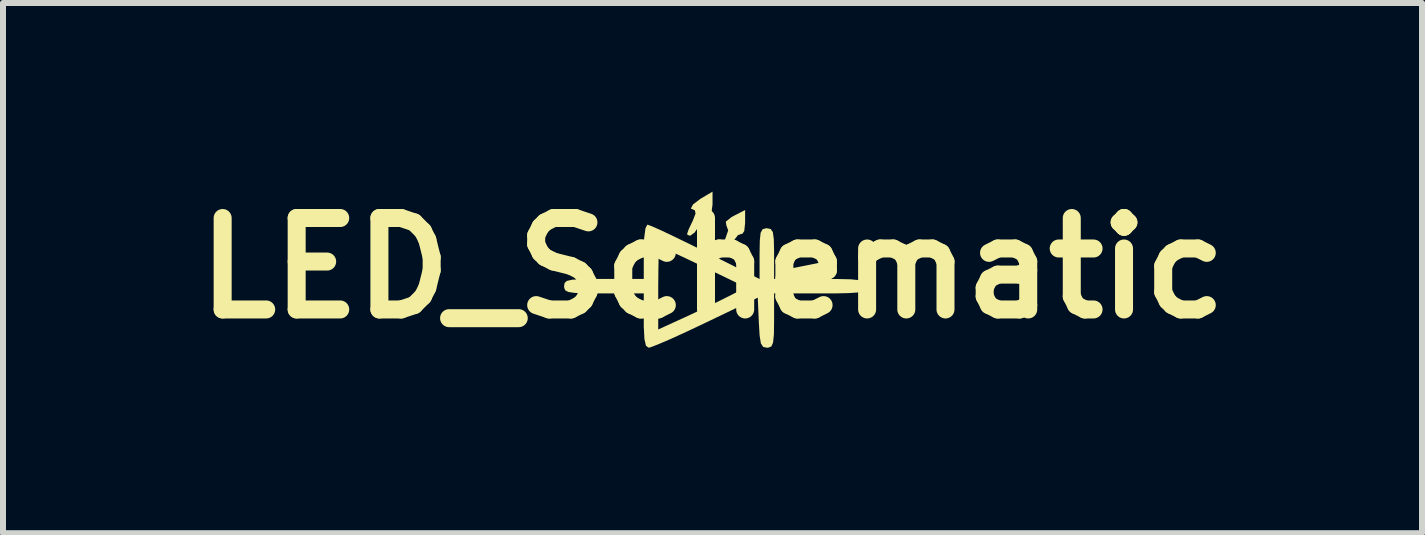
<source format=kicad_pcb>
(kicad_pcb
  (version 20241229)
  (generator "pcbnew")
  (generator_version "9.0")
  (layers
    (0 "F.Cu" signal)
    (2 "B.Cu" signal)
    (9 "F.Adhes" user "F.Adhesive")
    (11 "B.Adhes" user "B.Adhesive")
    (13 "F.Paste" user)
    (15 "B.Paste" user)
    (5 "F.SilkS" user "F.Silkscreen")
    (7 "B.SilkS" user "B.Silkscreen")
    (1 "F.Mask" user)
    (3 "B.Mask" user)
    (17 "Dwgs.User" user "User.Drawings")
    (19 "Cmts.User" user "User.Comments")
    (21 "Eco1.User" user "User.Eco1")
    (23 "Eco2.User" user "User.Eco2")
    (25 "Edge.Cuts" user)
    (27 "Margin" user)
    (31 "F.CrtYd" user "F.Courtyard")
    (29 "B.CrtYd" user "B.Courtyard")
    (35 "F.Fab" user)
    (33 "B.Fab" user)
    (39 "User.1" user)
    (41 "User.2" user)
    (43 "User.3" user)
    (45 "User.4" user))
  (footprint "LED_Schematic"
    (layer "F.Cu")
    (at 8.825 1.418)
    (property "Reference" "LED_Schematic" (at 0 0 0) (layer "F.SilkS") (effects (font (size 1.524 1.524) (thickness 0.3))))
    (attr board_only exclude_from_pos_files exclude_from_bom)
    (fp_poly (pts (xy 0 -1.059) (xy -0.021 -0.899) (xy -0.081 -0.845) (xy -0.163 -0.795) (xy -0.23 -0.694) (xy -0.299 -0.592) (xy -0.373 -0.539) (xy -0.419 -0.554) (xy -0.422 -0.576) (xy -0.397 -0.647) (xy -0.336 -0.776) (xy -0.33 -0.787) (xy -0.283 -0.909) (xy -0.295 -0.965) (xy -0.3 -0.965) (xy -0.361 -0.992) (xy -0.326 -1.06) (xy -0.204 -1.153) (xy -0.181 -1.167) (xy 0 -1.274)) (stroke (width 0) (type solid)) (fill yes) (layer "F.SilkS"))
    (fp_poly (pts (xy 0.543 -0.752) (xy 0.529 -0.618) (xy 0.495 -0.568) (xy 0.485 -0.572) (xy 0.423 -0.549) (xy 0.344 -0.446) (xy 0.333 -0.424) (xy 0.261 -0.293) (xy 0.216 -0.248) (xy 0.174 -0.268) (xy 0.163 -0.279) (xy 0.161 -0.353) (xy 0.209 -0.479) (xy 0.21 -0.481) (xy 0.261 -0.628) (xy 0.231 -0.71) (xy 0.221 -0.774) (xy 0.319 -0.852) (xy 0.355 -0.871) (xy 0.543 -0.968)) (stroke (width 0) (type solid)) (fill yes) (layer "F.SilkS"))
    (fp_poly (pts (xy -1.013 -0.698) (xy -0.853 -0.627) (xy -0.624 -0.518) (xy -0.344 -0.382) (xy -0.12 -0.271) (xy 0.784 0.182) (xy 0.784 -0.241) (xy 0.788 -0.463) (xy 0.802 -0.59) (xy 0.836 -0.649) (xy 0.895 -0.664) (xy 0.905 -0.664) (xy 0.968 -0.652) (xy 1.005 -0.601) (xy 1.021 -0.484) (xy 1.026 -0.275) (xy 1.026 -0.241) (xy 1.026 0.181) (xy 1.78 0.181) (xy 2.093 0.182) (xy 2.305 0.187) (xy 2.435 0.2) (xy 2.504 0.224) (xy 2.53 0.261) (xy 2.534 0.302) (xy 2.527 0.352) (xy 2.493 0.386) (xy 2.413 0.407) (xy 2.267 0.417) (xy 2.036 0.422) (xy 1.78 0.422) (xy 1.026 0.422) (xy 1.026 0.875) (xy 1.023 1.106) (xy 1.009 1.242) (xy 0.98 1.307) (xy 0.926 1.327) (xy 0.908 1.327) (xy 0.844 1.314) (xy 0.806 1.256) (xy 0.785 1.128) (xy 0.772 0.91) (xy 0.754 0.493) (xy -0.115 0.91) (xy -0.415 1.052) (xy -0.681 1.174) (xy -0.893 1.265) (xy -1.028 1.318) (xy -1.065 1.327) (xy -1.109 1.295) (xy -1.135 1.184) (xy -1.143 1.023) (xy -0.905 1.023) (xy -0.468 0.823) (xy -0.209 0.702) (xy 0.053 0.577) (xy 0.262 0.473) (xy 0.265 0.472) (xy 0.56 0.321) (xy -0.15 -0.021) (xy -0.415 -0.148) (xy -0.64 -0.253) (xy -0.801 -0.328) (xy -0.879 -0.361) (xy -0.882 -0.362) (xy -0.891 -0.306) (xy -0.899 -0.152) (xy -0.903 0.074) (xy -0.905 0.33) (xy -0.905 1.023) (xy -1.143 1.023) (xy -1.146 0.979) (xy -1.146 0.875) (xy -1.146 0.422) (xy -1.81 0.422) (xy -2.1 0.421) (xy -2.291 0.414) (xy -2.403 0.398) (xy -2.456 0.37) (xy -2.473 0.324) (xy -2.474 0.302) (xy -2.466 0.249) (xy -2.429 0.214) (xy -2.342 0.194) (xy -2.185 0.184) (xy -1.935 0.181) (xy -1.81 0.181) (xy -1.146 0.181) (xy -1.146 -0.271) (xy -1.139 -0.503) (xy -1.118 -0.662) (xy -1.087 -0.724) (xy -1.085 -0.724)) (stroke (width 0) (type solid)) (fill yes) (layer "F.SilkS")))
  (gr_rect
    (start -3 -3)
    (end 20.649 5.836)
    (stroke (width 0.1) (type default))
    (fill no)
    (layer "Edge.Cuts")))
</source>
